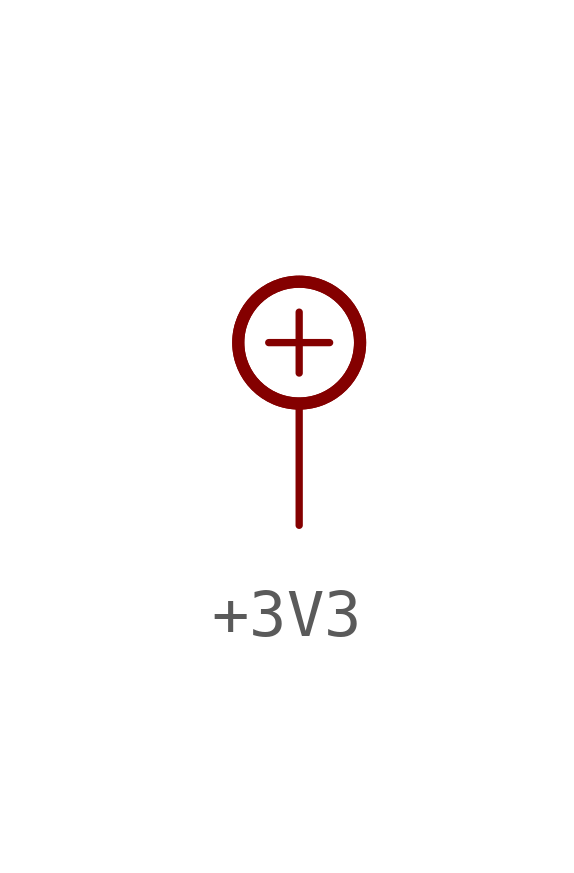
<source format=kicad_sym>
(kicad_symbol_lib
  (version 20231120)
  (generator "kicad_symbol_editor")
  (generator_version "8.0")
  (symbol "+3V3"
    (power)
    (property "Reference" "#SUPPLY"
      (at 0 0 0)
      (effects (font (size 1.27 1.27)) (hide yes)))
    (property "Value" ""
      (at -1.905 5.715 0)
      (effects (font (size 1.778 1.511)) (justify left bottom)))
    (property "ki_locked" ""
      (at 0 0 0)
      (effects (font (size 1.27 1.27))))
    (symbol "+3V3_1_0"
      (polyline (pts (xy -0.635 3.81) (xy 0.635 3.81)) (stroke (width 0.152) (type solid)) (fill (type none)))
      (polyline (pts (xy 0 3.175) (xy 0 4.445)) (stroke (width 0.152) (type solid)) (fill (type none)))
      (circle (center 0 3.81) (radius 1.27) (stroke (width 0.254) (type solid)) (fill (type none)))
      (circle (center 0 3.81) (radius 1.27) (stroke (width 0.254) (type solid)) (fill (type none)))
      (pin power_in line (at 0 0 90) (length 2.54) (name "+3V3" (effects (font (size 0 0)))) (number "1" (effects (font (size 0 0))))))))
</source>
